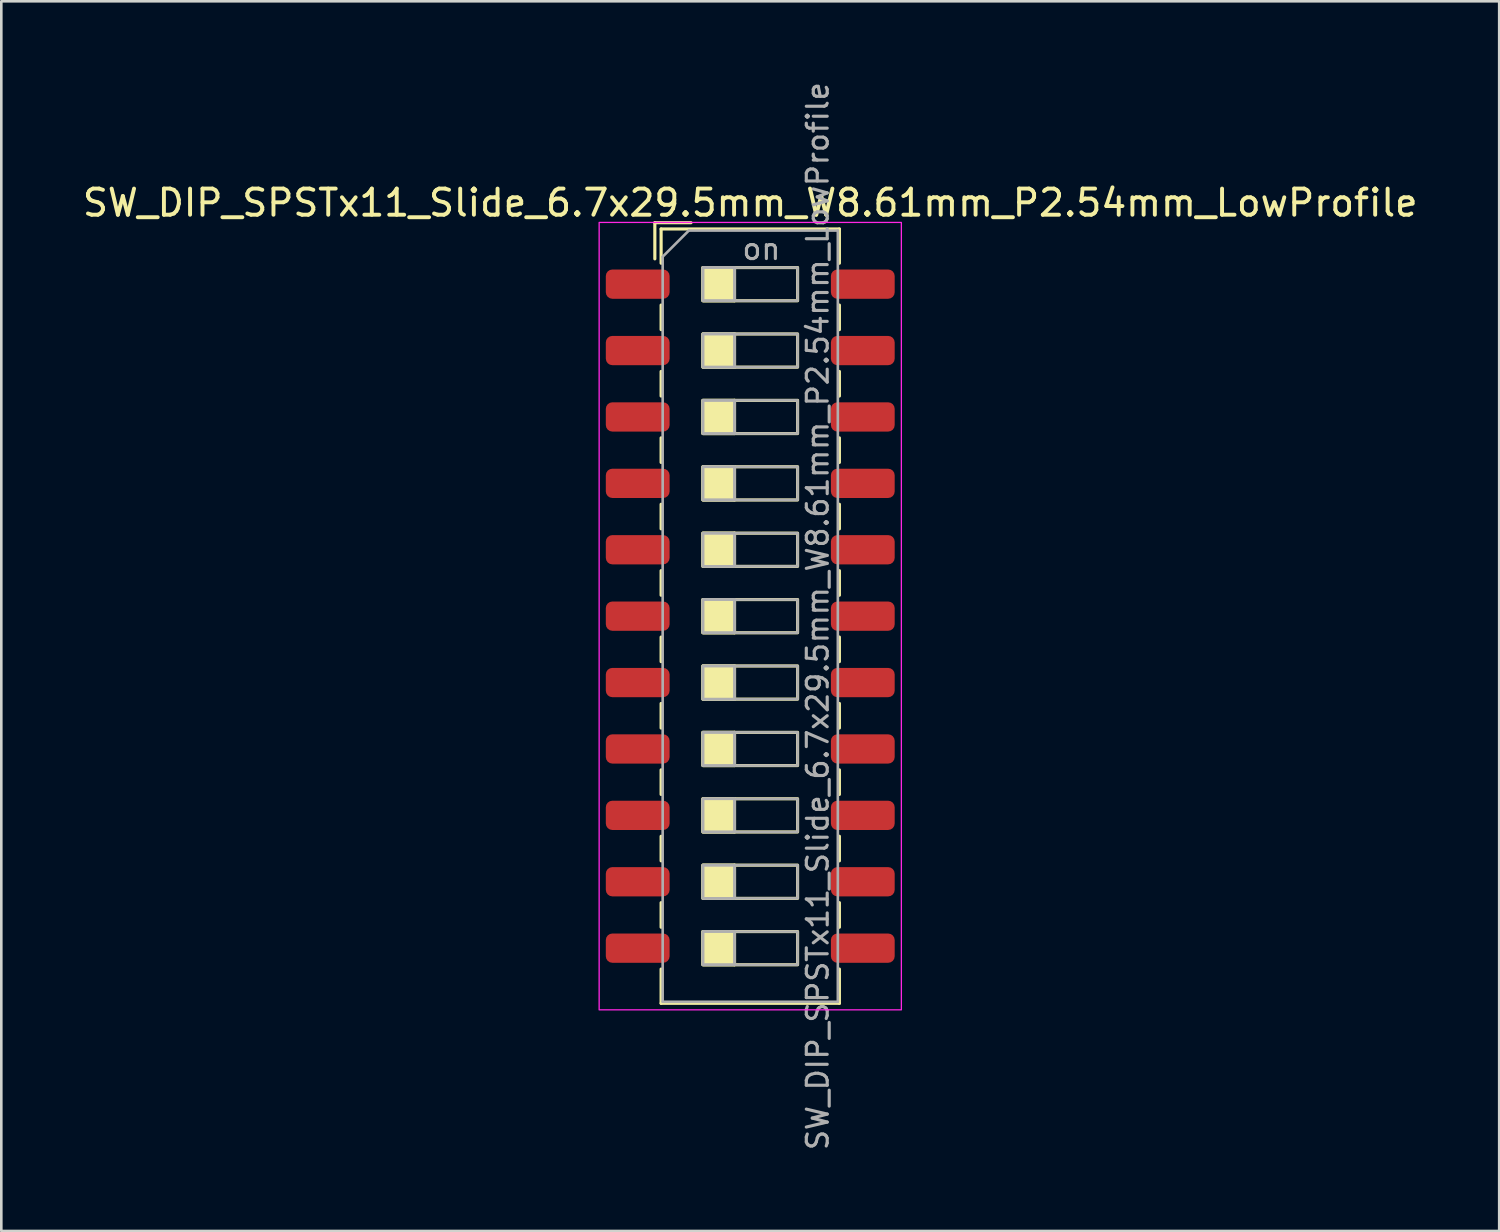
<source format=kicad_pcb>
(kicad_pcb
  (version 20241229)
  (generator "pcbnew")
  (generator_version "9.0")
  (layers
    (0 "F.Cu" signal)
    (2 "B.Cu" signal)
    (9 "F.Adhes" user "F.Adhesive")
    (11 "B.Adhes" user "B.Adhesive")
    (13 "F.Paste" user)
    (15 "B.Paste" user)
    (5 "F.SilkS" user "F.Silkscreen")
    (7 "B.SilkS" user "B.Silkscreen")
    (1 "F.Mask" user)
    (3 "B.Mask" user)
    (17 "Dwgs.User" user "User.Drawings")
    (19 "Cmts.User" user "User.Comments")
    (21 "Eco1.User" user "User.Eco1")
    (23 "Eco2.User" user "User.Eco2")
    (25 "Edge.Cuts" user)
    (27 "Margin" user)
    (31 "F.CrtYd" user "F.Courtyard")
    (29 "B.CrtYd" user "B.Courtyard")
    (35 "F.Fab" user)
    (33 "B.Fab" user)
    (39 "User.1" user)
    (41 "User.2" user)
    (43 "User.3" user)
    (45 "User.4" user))
  (footprint "SW_DIP_SPSTx11_Slide_6.7x29.5mm_W8.61mm_P2.54mm_LowProfile"
    (layer "F.Cu")
    (at 25.649 20.519)
    (property "Reference" "SW_DIP_SPSTx11_Slide_6.7x29.5mm_W8.61mm_P2.54mm_LowProfile" (at 0 -15.81 0) (layer "F.SilkS") (effects (font (size 1 1) (thickness 0.15))))
    (attr smd)
    (fp_line (start -3.65 -15.05) (end -3.65 -13.667) (stroke (width 0.12) (type solid)) (layer "F.SilkS"))
    (fp_line (start -3.65 -15.05) (end -2.267 -15.05) (stroke (width 0.12) (type solid)) (layer "F.SilkS"))
    (fp_line (start -3.41 -14.81) (end -3.41 -13.5) (stroke (width 0.12) (type solid)) (layer "F.SilkS"))
    (fp_line (start -3.41 -14.81) (end 3.41 -14.81) (stroke (width 0.12) (type solid)) (layer "F.SilkS"))
    (fp_line (start -3.41 -11.9) (end -3.41 -10.96) (stroke (width 0.12) (type solid)) (layer "F.SilkS"))
    (fp_line (start -3.41 -9.36) (end -3.41 -8.42) (stroke (width 0.12) (type solid)) (layer "F.SilkS"))
    (fp_line (start -3.41 -6.82) (end -3.41 -5.88) (stroke (width 0.12) (type solid)) (layer "F.SilkS"))
    (fp_line (start -3.41 -4.28) (end -3.41 -3.34) (stroke (width 0.12) (type solid)) (layer "F.SilkS"))
    (fp_line (start -3.41 -1.74) (end -3.41 -0.8) (stroke (width 0.12) (type solid)) (layer "F.SilkS"))
    (fp_line (start -3.41 0.8) (end -3.41 1.74) (stroke (width 0.12) (type solid)) (layer "F.SilkS"))
    (fp_line (start -3.41 3.34) (end -3.41 4.28) (stroke (width 0.12) (type solid)) (layer "F.SilkS"))
    (fp_line (start -3.41 5.88) (end -3.41 6.82) (stroke (width 0.12) (type solid)) (layer "F.SilkS"))
    (fp_line (start -3.41 8.42) (end -3.41 9.36) (stroke (width 0.12) (type solid)) (layer "F.SilkS"))
    (fp_line (start -3.41 10.96) (end -3.41 11.9) (stroke (width 0.12) (type solid)) (layer "F.SilkS"))
    (fp_line (start -3.41 13.5) (end -3.41 14.81) (stroke (width 0.12) (type solid)) (layer "F.SilkS"))
    (fp_line (start -3.41 14.81) (end 3.41 14.81) (stroke (width 0.12) (type solid)) (layer "F.SilkS"))
    (fp_line (start -0.603 -13.335) (end -0.603 -12.065) (stroke (width 0.12) (type solid)) (layer "F.SilkS"))
    (fp_line (start -0.603 -10.795) (end -0.603 -9.525) (stroke (width 0.12) (type solid)) (layer "F.SilkS"))
    (fp_line (start -0.603 -8.255) (end -0.603 -6.985) (stroke (width 0.12) (type solid)) (layer "F.SilkS"))
    (fp_line (start -0.603 -5.715) (end -0.603 -4.445) (stroke (width 0.12) (type solid)) (layer "F.SilkS"))
    (fp_line (start -0.603 -3.175) (end -0.603 -1.905) (stroke (width 0.12) (type solid)) (layer "F.SilkS"))
    (fp_line (start -0.603 -0.635) (end -0.603 0.635) (stroke (width 0.12) (type solid)) (layer "F.SilkS"))
    (fp_line (start -0.603 1.905) (end -0.603 3.175) (stroke (width 0.12) (type solid)) (layer "F.SilkS"))
    (fp_line (start -0.603 4.445) (end -0.603 5.715) (stroke (width 0.12) (type solid)) (layer "F.SilkS"))
    (fp_line (start -0.603 6.985) (end -0.603 8.255) (stroke (width 0.12) (type solid)) (layer "F.SilkS"))
    (fp_line (start -0.603 9.525) (end -0.603 10.795) (stroke (width 0.12) (type solid)) (layer "F.SilkS"))
    (fp_line (start -0.603 12.065) (end -0.603 13.335) (stroke (width 0.12) (type solid)) (layer "F.SilkS"))
    (fp_line (start 3.41 -14.81) (end 3.41 -13.5) (stroke (width 0.12) (type solid)) (layer "F.SilkS"))
    (fp_line (start 3.41 -11.9) (end 3.41 -10.96) (stroke (width 0.12) (type solid)) (layer "F.SilkS"))
    (fp_line (start 3.41 -9.36) (end 3.41 -8.42) (stroke (width 0.12) (type solid)) (layer "F.SilkS"))
    (fp_line (start 3.41 -6.82) (end 3.41 -5.88) (stroke (width 0.12) (type solid)) (layer "F.SilkS"))
    (fp_line (start 3.41 -4.28) (end 3.41 -3.34) (stroke (width 0.12) (type solid)) (layer "F.SilkS"))
    (fp_line (start 3.41 -1.74) (end 3.41 -0.8) (stroke (width 0.12) (type solid)) (layer "F.SilkS"))
    (fp_line (start 3.41 0.8) (end 3.41 1.74) (stroke (width 0.12) (type solid)) (layer "F.SilkS"))
    (fp_line (start 3.41 3.34) (end 3.41 4.28) (stroke (width 0.12) (type solid)) (layer "F.SilkS"))
    (fp_line (start 3.41 5.88) (end 3.41 6.82) (stroke (width 0.12) (type solid)) (layer "F.SilkS"))
    (fp_line (start 3.41 8.42) (end 3.41 9.36) (stroke (width 0.12) (type solid)) (layer "F.SilkS"))
    (fp_line (start 3.41 10.96) (end 3.41 11.9) (stroke (width 0.12) (type solid)) (layer "F.SilkS"))
    (fp_line (start 3.41 13.5) (end 3.41 14.81) (stroke (width 0.12) (type solid)) (layer "F.SilkS"))
    (fp_rect (start -1.81 -13.335) (end -0.603 -12.065) (stroke (width 0.12) (type solid)) (fill yes) (layer "F.SilkS"))
    (fp_rect (start -1.81 -13.335) (end 1.81 -12.065) (stroke (width 0.12) (type solid)) (fill no) (layer "F.SilkS"))
    (fp_rect (start -1.81 -10.795) (end -0.603 -9.525) (stroke (width 0.12) (type solid)) (fill yes) (layer "F.SilkS"))
    (fp_rect (start -1.81 -10.795) (end 1.81 -9.525) (stroke (width 0.12) (type solid)) (fill no) (layer "F.SilkS"))
    (fp_rect (start -1.81 -8.255) (end -0.603 -6.985) (stroke (width 0.12) (type solid)) (fill yes) (layer "F.SilkS"))
    (fp_rect (start -1.81 -8.255) (end 1.81 -6.985) (stroke (width 0.12) (type solid)) (fill no) (layer "F.SilkS"))
    (fp_rect (start -1.81 -5.715) (end -0.603 -4.445) (stroke (width 0.12) (type solid)) (fill yes) (layer "F.SilkS"))
    (fp_rect (start -1.81 -5.715) (end 1.81 -4.445) (stroke (width 0.12) (type solid)) (fill no) (layer "F.SilkS"))
    (fp_rect (start -1.81 -3.175) (end -0.603 -1.905) (stroke (width 0.12) (type solid)) (fill yes) (layer "F.SilkS"))
    (fp_rect (start -1.81 -3.175) (end 1.81 -1.905) (stroke (width 0.12) (type solid)) (fill no) (layer "F.SilkS"))
    (fp_rect (start -1.81 -0.635) (end -0.603 0.635) (stroke (width 0.12) (type solid)) (fill yes) (layer "F.SilkS"))
    (fp_rect (start -1.81 -0.635) (end 1.81 0.635) (stroke (width 0.12) (type solid)) (fill no) (layer "F.SilkS"))
    (fp_rect (start -1.81 1.905) (end -0.603 3.175) (stroke (width 0.12) (type solid)) (fill yes) (layer "F.SilkS"))
    (fp_rect (start -1.81 1.905) (end 1.81 3.175) (stroke (width 0.12) (type solid)) (fill no) (layer "F.SilkS"))
    (fp_rect (start -1.81 4.445) (end -0.603 5.715) (stroke (width 0.12) (type solid)) (fill yes) (layer "F.SilkS"))
    (fp_rect (start -1.81 4.445) (end 1.81 5.715) (stroke (width 0.12) (type solid)) (fill no) (layer "F.SilkS"))
    (fp_rect (start -1.81 6.985) (end -0.603 8.255) (stroke (width 0.12) (type solid)) (fill yes) (layer "F.SilkS"))
    (fp_rect (start -1.81 6.985) (end 1.81 8.255) (stroke (width 0.12) (type solid)) (fill no) (layer "F.SilkS"))
    (fp_rect (start -1.81 9.525) (end -0.603 10.795) (stroke (width 0.12) (type solid)) (fill yes) (layer "F.SilkS"))
    (fp_rect (start -1.81 9.525) (end 1.81 10.795) (stroke (width 0.12) (type solid)) (fill no) (layer "F.SilkS"))
    (fp_rect (start -1.81 12.065) (end -0.603 13.335) (stroke (width 0.12) (type solid)) (fill yes) (layer "F.SilkS"))
    (fp_rect (start -1.81 12.065) (end 1.81 13.335) (stroke (width 0.12) (type solid)) (fill no) (layer "F.SilkS"))
    (fp_rect (start -5.78 -15.06) (end 5.78 15.06) (stroke (width 0.05) (type solid)) (fill no) (layer "F.CrtYd"))
    (fp_line (start -3.35 -13.75) (end -2.35 -14.75) (stroke (width 0.1) (type solid)) (layer "F.Fab"))
    (fp_line (start -3.35 14.75) (end -3.35 -13.75) (stroke (width 0.1) (type solid)) (layer "F.Fab"))
    (fp_line (start -2.35 -14.75) (end 3.35 -14.75) (stroke (width 0.1) (type solid)) (layer "F.Fab"))
    (fp_line (start -0.603 -13.335) (end -0.603 -12.065) (stroke (width 0.1) (type solid)) (layer "F.Fab"))
    (fp_line (start -0.603 -10.795) (end -0.603 -9.525) (stroke (width 0.1) (type solid)) (layer "F.Fab"))
    (fp_line (start -0.603 -8.255) (end -0.603 -6.985) (stroke (width 0.1) (type solid)) (layer "F.Fab"))
    (fp_line (start -0.603 -5.715) (end -0.603 -4.445) (stroke (width 0.1) (type solid)) (layer "F.Fab"))
    (fp_line (start -0.603 -3.175) (end -0.603 -1.905) (stroke (width 0.1) (type solid)) (layer "F.Fab"))
    (fp_line (start -0.603 -0.635) (end -0.603 0.635) (stroke (width 0.1) (type solid)) (layer "F.Fab"))
    (fp_line (start -0.603 1.905) (end -0.603 3.175) (stroke (width 0.1) (type solid)) (layer "F.Fab"))
    (fp_line (start -0.603 4.445) (end -0.603 5.715) (stroke (width 0.1) (type solid)) (layer "F.Fab"))
    (fp_line (start -0.603 6.985) (end -0.603 8.255) (stroke (width 0.1) (type solid)) (layer "F.Fab"))
    (fp_line (start -0.603 9.525) (end -0.603 10.795) (stroke (width 0.1) (type solid)) (layer "F.Fab"))
    (fp_line (start -0.603 12.065) (end -0.603 13.335) (stroke (width 0.1) (type solid)) (layer "F.Fab"))
    (fp_line (start 3.35 -14.75) (end 3.35 14.75) (stroke (width 0.1) (type solid)) (layer "F.Fab"))
    (fp_line (start 3.35 14.75) (end -3.35 14.75) (stroke (width 0.1) (type solid)) (layer "F.Fab"))
    (fp_rect (start -1.81 -13.335) (end -0.603 -12.065) (stroke (width 0.1) (type solid)) (fill no) (layer "F.Fab"))
    (fp_rect (start -1.81 -13.335) (end 1.81 -12.065) (stroke (width 0.1) (type solid)) (fill no) (layer "F.Fab"))
    (fp_rect (start -1.81 -10.795) (end -0.603 -9.525) (stroke (width 0.1) (type solid)) (fill no) (layer "F.Fab"))
    (fp_rect (start -1.81 -10.795) (end 1.81 -9.525) (stroke (width 0.1) (type solid)) (fill no) (layer "F.Fab"))
    (fp_rect (start -1.81 -8.255) (end -0.603 -6.985) (stroke (width 0.1) (type solid)) (fill no) (layer "F.Fab"))
    (fp_rect (start -1.81 -8.255) (end 1.81 -6.985) (stroke (width 0.1) (type solid)) (fill no) (layer "F.Fab"))
    (fp_rect (start -1.81 -5.715) (end -0.603 -4.445) (stroke (width 0.1) (type solid)) (fill no) (layer "F.Fab"))
    (fp_rect (start -1.81 -5.715) (end 1.81 -4.445) (stroke (width 0.1) (type solid)) (fill no) (layer "F.Fab"))
    (fp_rect (start -1.81 -3.175) (end -0.603 -1.905) (stroke (width 0.1) (type solid)) (fill no) (layer "F.Fab"))
    (fp_rect (start -1.81 -3.175) (end 1.81 -1.905) (stroke (width 0.1) (type solid)) (fill no) (layer "F.Fab"))
    (fp_rect (start -1.81 -0.635) (end -0.603 0.635) (stroke (width 0.1) (type solid)) (fill no) (layer "F.Fab"))
    (fp_rect (start -1.81 -0.635) (end 1.81 0.635) (stroke (width 0.1) (type solid)) (fill no) (layer "F.Fab"))
    (fp_rect (start -1.81 1.905) (end -0.603 3.175) (stroke (width 0.1) (type solid)) (fill no) (layer "F.Fab"))
    (fp_rect (start -1.81 1.905) (end 1.81 3.175) (stroke (width 0.1) (type solid)) (fill no) (layer "F.Fab"))
    (fp_rect (start -1.81 4.445) (end -0.603 5.715) (stroke (width 0.1) (type solid)) (fill no) (layer "F.Fab"))
    (fp_rect (start -1.81 4.445) (end 1.81 5.715) (stroke (width 0.1) (type solid)) (fill no) (layer "F.Fab"))
    (fp_rect (start -1.81 6.985) (end -0.603 8.255) (stroke (width 0.1) (type solid)) (fill no) (layer "F.Fab"))
    (fp_rect (start -1.81 6.985) (end 1.81 8.255) (stroke (width 0.1) (type solid)) (fill no) (layer "F.Fab"))
    (fp_rect (start -1.81 9.525) (end -0.603 10.795) (stroke (width 0.1) (type solid)) (fill no) (layer "F.Fab"))
    (fp_rect (start -1.81 9.525) (end 1.81 10.795) (stroke (width 0.1) (type solid)) (fill no) (layer "F.Fab"))
    (fp_rect (start -1.81 12.065) (end -0.603 13.335) (stroke (width 0.1) (type solid)) (fill no) (layer "F.Fab"))
    (fp_rect (start -1.81 12.065) (end 1.81 13.335) (stroke (width 0.1) (type solid)) (fill no) (layer "F.Fab"))
    (fp_text user "${REFERENCE}" (at 2.58 0 90) (layer "F.Fab") (effects (font (size 0.8 0.8) (thickness 0.12))))
    (fp_text user "on" (at 0.427 -14.043 0) (layer "F.Fab") (effects (font (size 0.8 0.8) (thickness 0.12))))
    (pad "1" smd roundrect (at -4.305 -12.7) (size 2.44 1.12) (layers "F.Cu" "F.Mask" "F.Paste") (roundrect_rratio 0.223))
    (pad "2" smd roundrect (at -4.305 -10.16) (size 2.44 1.12) (layers "F.Cu" "F.Mask" "F.Paste") (roundrect_rratio 0.223))
    (pad "3" smd roundrect (at -4.305 -7.62) (size 2.44 1.12) (layers "F.Cu" "F.Mask" "F.Paste") (roundrect_rratio 0.223))
    (pad "4" smd roundrect (at -4.305 -5.08) (size 2.44 1.12) (layers "F.Cu" "F.Mask" "F.Paste") (roundrect_rratio 0.223))
    (pad "5" smd roundrect (at -4.305 -2.54) (size 2.44 1.12) (layers "F.Cu" "F.Mask" "F.Paste") (roundrect_rratio 0.223))
    (pad "6" smd roundrect (at -4.305 0) (size 2.44 1.12) (layers "F.Cu" "F.Mask" "F.Paste") (roundrect_rratio 0.223))
    (pad "7" smd roundrect (at -4.305 2.54) (size 2.44 1.12) (layers "F.Cu" "F.Mask" "F.Paste") (roundrect_rratio 0.223))
    (pad "8" smd roundrect (at -4.305 5.08) (size 2.44 1.12) (layers "F.Cu" "F.Mask" "F.Paste") (roundrect_rratio 0.223))
    (pad "9" smd roundrect (at -4.305 7.62) (size 2.44 1.12) (layers "F.Cu" "F.Mask" "F.Paste") (roundrect_rratio 0.223))
    (pad "10" smd roundrect (at -4.305 10.16) (size 2.44 1.12) (layers "F.Cu" "F.Mask" "F.Paste") (roundrect_rratio 0.223))
    (pad "11" smd roundrect (at -4.305 12.7) (size 2.44 1.12) (layers "F.Cu" "F.Mask" "F.Paste") (roundrect_rratio 0.223))
    (pad "12" smd roundrect (at 4.305 12.7) (size 2.44 1.12) (layers "F.Cu" "F.Mask" "F.Paste") (roundrect_rratio 0.223))
    (pad "13" smd roundrect (at 4.305 10.16) (size 2.44 1.12) (layers "F.Cu" "F.Mask" "F.Paste") (roundrect_rratio 0.223))
    (pad "14" smd roundrect (at 4.305 7.62) (size 2.44 1.12) (layers "F.Cu" "F.Mask" "F.Paste") (roundrect_rratio 0.223))
    (pad "15" smd roundrect (at 4.305 5.08) (size 2.44 1.12) (layers "F.Cu" "F.Mask" "F.Paste") (roundrect_rratio 0.223))
    (pad "16" smd roundrect (at 4.305 2.54) (size 2.44 1.12) (layers "F.Cu" "F.Mask" "F.Paste") (roundrect_rratio 0.223))
    (pad "17" smd roundrect (at 4.305 0) (size 2.44 1.12) (layers "F.Cu" "F.Mask" "F.Paste") (roundrect_rratio 0.223))
    (pad "18" smd roundrect (at 4.305 -2.54) (size 2.44 1.12) (layers "F.Cu" "F.Mask" "F.Paste") (roundrect_rratio 0.223))
    (pad "19" smd roundrect (at 4.305 -5.08) (size 2.44 1.12) (layers "F.Cu" "F.Mask" "F.Paste") (roundrect_rratio 0.223))
    (pad "20" smd roundrect (at 4.305 -7.62) (size 2.44 1.12) (layers "F.Cu" "F.Mask" "F.Paste") (roundrect_rratio 0.223))
    (pad "21" smd roundrect (at 4.305 -10.16) (size 2.44 1.12) (layers "F.Cu" "F.Mask" "F.Paste") (roundrect_rratio 0.223))
    (pad "22" smd roundrect (at 4.305 -12.7) (size 2.44 1.12) (layers "F.Cu" "F.Mask" "F.Paste") (roundrect_rratio 0.223)))
  (gr_rect
    (start -3 -3)
    (end 54.298 44.038)
    (stroke (width 0.1) (type default))
    (fill no)
    (layer "Edge.Cuts")))
</source>
